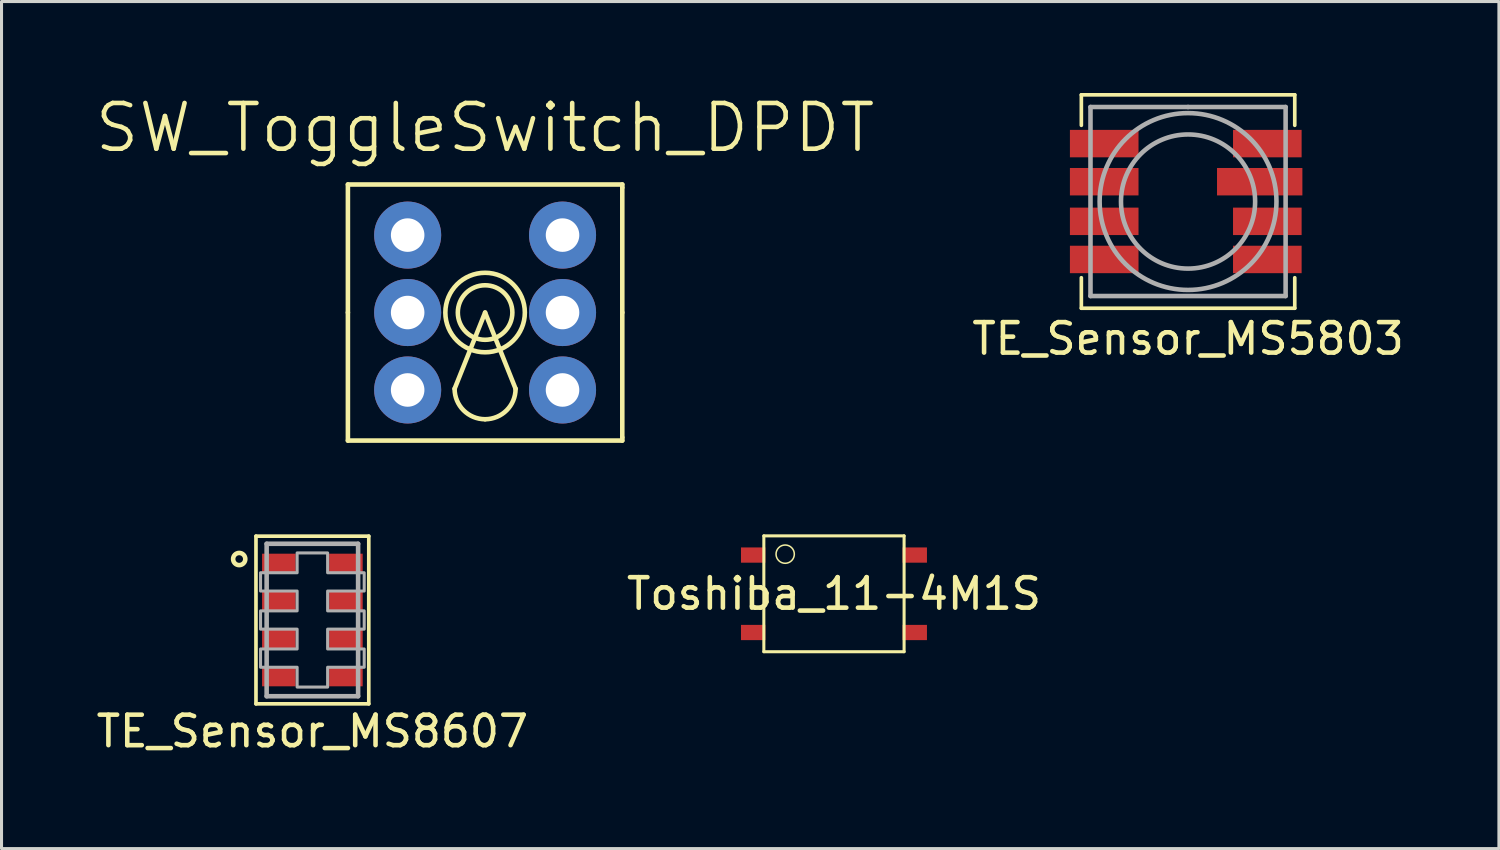
<source format=kicad_pcb>
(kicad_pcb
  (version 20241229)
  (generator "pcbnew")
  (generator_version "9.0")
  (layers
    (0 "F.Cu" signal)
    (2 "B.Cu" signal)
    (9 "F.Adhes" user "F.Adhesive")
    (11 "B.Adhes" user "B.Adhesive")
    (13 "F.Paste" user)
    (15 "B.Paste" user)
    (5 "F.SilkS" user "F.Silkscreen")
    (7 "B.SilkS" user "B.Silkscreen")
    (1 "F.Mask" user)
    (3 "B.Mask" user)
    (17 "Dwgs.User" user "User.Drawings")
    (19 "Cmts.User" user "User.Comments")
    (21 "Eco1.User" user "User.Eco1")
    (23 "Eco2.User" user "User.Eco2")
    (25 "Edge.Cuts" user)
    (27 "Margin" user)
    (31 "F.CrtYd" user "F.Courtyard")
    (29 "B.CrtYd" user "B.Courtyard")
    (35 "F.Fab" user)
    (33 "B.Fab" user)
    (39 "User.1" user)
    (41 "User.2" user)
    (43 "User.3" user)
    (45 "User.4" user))
  (footprint "TE_Sensor_MS5803"
    (layer "F.Cu")
    (at 35.918 3.56)
    (property "Reference" "TE_Sensor_MS5803" (at 0 4.5 0) (layer "F.SilkS") (effects (font (size 1 1) (thickness 0.15))))
    (attr smd)
    (fp_line (start -3.5 -3.5) (end 3.5 -3.5) (stroke (width 0.12) (type solid)) (layer "F.SilkS"))
    (fp_line (start -3.5 -2.5) (end -3.5 -3.5) (stroke (width 0.12) (type solid)) (layer "F.SilkS"))
    (fp_line (start -3.5 2.5) (end -3.5 3.5) (stroke (width 0.12) (type solid)) (layer "F.SilkS"))
    (fp_line (start -3.5 3.5) (end 3.5 3.5) (stroke (width 0.12) (type solid)) (layer "F.SilkS"))
    (fp_line (start 3.5 -3.5) (end 3.5 -2.5) (stroke (width 0.12) (type solid)) (layer "F.SilkS"))
    (fp_line (start 3.5 3.5) (end 3.5 2.5) (stroke (width 0.12) (type solid)) (layer "F.SilkS"))
    (fp_line (start -3.2 -3.1) (end -3.2 3.1) (stroke (width 0.15) (type solid)) (layer "F.Fab"))
    (fp_line (start -3.2 3.1) (end 3.2 3.1) (stroke (width 0.15) (type solid)) (layer "F.Fab"))
    (fp_line (start 0 -3.1) (end -3.2 -3.1) (stroke (width 0.15) (type solid)) (layer "F.Fab"))
    (fp_line (start 3.2 -3.1) (end 0 -3.1) (stroke (width 0.15) (type solid)) (layer "F.Fab"))
    (fp_line (start 3.2 3.1) (end 3.2 -3.1) (stroke (width 0.15) (type solid)) (layer "F.Fab"))
    (fp_circle (center 0 0) (end 2.2 0) (stroke (width 0.15) (type solid)) (fill no) (layer "F.Fab"))
    (fp_circle (center 0 0) (end 2.9 0) (stroke (width 0.15) (type solid)) (fill no) (layer "F.Fab"))
    (pad "1" smd rect (at 2.6 1.9) (size 2.25 0.9) (layers "F.Cu" "F.Mask" "F.Paste"))
    (pad "2" smd rect (at 2.6 0.65) (size 2.25 0.9) (layers "F.Cu" "F.Mask" "F.Paste"))
    (pad "3" smd rect (at 2.35 -0.65) (size 2.8 0.9) (layers "F.Cu" "F.Mask" "F.Paste"))
    (pad "4" smd rect (at 2.6 -1.9) (size 2.25 0.9) (layers "F.Cu" "F.Mask" "F.Paste"))
    (pad "5" smd rect (at -2.75 -1.9) (size 2.25 0.9) (layers "F.Cu" "F.Mask" "F.Paste"))
    (pad "6" smd rect (at -2.75 -0.65) (size 2.25 0.9) (layers "F.Cu" "F.Mask" "F.Paste"))
    (pad "7" smd rect (at -2.75 0.65) (size 2.25 0.9) (layers "F.Cu" "F.Mask" "F.Paste"))
    (pad "8" smd rect (at -2.75 1.9) (size 2.25 0.9) (layers "F.Cu" "F.Mask" "F.Paste")))
  (footprint "Toshiba_11-4M1S"
    (layer "F.Cu")
    (at 24.304 16.426)
    (property "Reference" "Toshiba_11-4M1S" (at 0 0 0) (layer "F.SilkS") (effects (font (size 1 1) (thickness 0.15))))
    (attr through_hole)
    (fp_line (start -2.3 -1.9) (end -2.3 1.9) (stroke (width 0.1) (type solid)) (layer "F.SilkS"))
    (fp_line (start -2.3 1.9) (end 2.3 1.9) (stroke (width 0.1) (type solid)) (layer "F.SilkS"))
    (fp_line (start 2.3 -1.9) (end -2.3 -1.9) (stroke (width 0.1) (type solid)) (layer "F.SilkS"))
    (fp_line (start 2.3 1.9) (end 2.3 -1.9) (stroke (width 0.1) (type solid)) (layer "F.SilkS"))
    (fp_circle (center -1.6 -1.3) (end -1.3 -1.3) (stroke (width 0.05) (type solid)) (fill no) (layer "F.SilkS"))
    (pad "1" smd rect (at -2.65 -1.27) (size 0.8 0.5) (layers "F.Cu" "F.Mask" "F.Paste"))
    (pad "3" smd rect (at -2.65 1.27) (size 0.8 0.5) (layers "F.Cu" "F.Mask" "F.Paste"))
    (pad "4" smd rect (at 2.65 1.27) (size 0.8 0.5) (layers "F.Cu" "F.Mask" "F.Paste"))
    (pad "6" smd rect (at 2.65 -1.27) (size 0.8 0.5) (layers "F.Cu" "F.Mask" "F.Paste")))
  (footprint "SW_ToggleSwitch_DPDT"
    (layer "F.Cu")
    (at 12.861 7.201)
    (property "Reference" "SW_ToggleSwitch_DPDT" (at 0 -6.06 0) (layer "F.SilkS") (effects (font (size 1.5 1.5) (thickness 0.15))))
    (attr through_hole)
    (fp_line (start -4.5 0) (end -4.5 -4.2) (stroke (width 0.15) (type solid)) (layer "F.SilkS"))
    (fp_line (start -4.5 0) (end -4.5 4.2) (stroke (width 0.15) (type solid)) (layer "F.SilkS"))
    (fp_line (start 0 0) (end -1 2.5) (stroke (width 0.15) (type solid)) (layer "F.SilkS"))
    (fp_line (start 0 0) (end 1 2.5) (stroke (width 0.15) (type solid)) (layer "F.SilkS"))
    (fp_line (start 4.5 -4.2) (end -4.5 -4.2) (stroke (width 0.15) (type solid)) (layer "F.SilkS"))
    (fp_line (start 4.5 -4.1) (end 4.5 -4.2) (stroke (width 0.15) (type solid)) (layer "F.SilkS"))
    (fp_line (start 4.5 0) (end 4.5 -4.1) (stroke (width 0.15) (type solid)) (layer "F.SilkS"))
    (fp_line (start 4.5 0) (end 4.5 4.1) (stroke (width 0.15) (type solid)) (layer "F.SilkS"))
    (fp_line (start 4.5 4.1) (end 4.5 4.2) (stroke (width 0.15) (type solid)) (layer "F.SilkS"))
    (fp_line (start 4.5 4.2) (end -4.5 4.2) (stroke (width 0.15) (type solid)) (layer "F.SilkS"))
    (fp_arc (start 0 3.5) (mid -0.707107 3.207107) (end -1 2.5) (stroke (width 0.15) (type solid)) (layer "F.SilkS"))
    (fp_arc (start 1 2.5) (mid 0.707107 3.207107) (end 0 3.5) (stroke (width 0.15) (type solid)) (layer "F.SilkS"))
    (fp_circle (center 0 0) (end 0.8 0.4) (stroke (width 0.15) (type solid)) (fill no) (layer "F.SilkS"))
    (fp_circle (center 0 0) (end 1.1 0.7) (stroke (width 0.15) (type solid)) (fill no) (layer "F.SilkS"))
    (pad "1" thru_hole circle (at -2.54 -2.54) (size 2.2 2.2) (drill 1.1) (layers "*.Cu" "*.Mask"))
    (pad "2" thru_hole circle (at -2.54 0) (size 2.2 2.2) (drill 1.1) (layers "*.Cu" "*.Mask"))
    (pad "3" thru_hole circle (at -2.54 2.54) (size 2.2 2.2) (drill 1.1) (layers "*.Cu" "*.Mask"))
    (pad "4" thru_hole circle (at 2.54 2.54) (size 2.2 2.2) (drill 1.1) (layers "*.Cu" "*.Mask"))
    (pad "5" thru_hole circle (at 2.54 0) (size 2.2 2.2) (drill 1.1) (layers "*.Cu" "*.Mask"))
    (pad "6" thru_hole circle (at 2.54 -2.54) (size 2.2 2.2) (drill 1.1) (layers "*.Cu" "*.Mask")))
  (footprint "TE_Sensor_MS8607"
    (layer "F.Cu")
    (at 7.196 17.286)
    (property "Reference" "TE_Sensor_MS8607" (at 0 3.65 0) (layer "F.SilkS") (effects (font (size 1 1) (thickness 0.15))))
    (attr smd)
    (fp_line (start -1.85 -2.75) (end -1.85 2.75) (stroke (width 0.12) (type solid)) (layer "F.SilkS"))
    (fp_line (start -1.85 2.75) (end 1.85 2.75) (stroke (width 0.12) (type solid)) (layer "F.SilkS"))
    (fp_line (start 1.85 -2.75) (end -1.85 -2.75) (stroke (width 0.12) (type solid)) (layer "F.SilkS"))
    (fp_line (start 1.85 2.75) (end 1.85 -2.75) (stroke (width 0.12) (type solid)) (layer "F.SilkS"))
    (fp_circle (center -2.4 -2) (end -2.2 -2) (stroke (width 0.15) (type solid)) (fill no) (layer "F.SilkS"))
    (fp_line (start -1.5 -2.5) (end -1.5 2.5) (stroke (width 0.15) (type solid)) (layer "F.Fab"))
    (fp_line (start -1.5 2.5) (end 1.5 2.5) (stroke (width 0.15) (type solid)) (layer "F.Fab"))
    (fp_line (start 1.5 -2.5) (end -1.5 -2.5) (stroke (width 0.15) (type solid)) (layer "F.Fab"))
    (fp_line (start 1.5 2.5) (end 1.5 -2.5) (stroke (width 0.15) (type solid)) (layer "F.Fab"))
    (fp_poly (pts (xy -0.5 -2.2) (xy -0.5 -1.55) (xy -1.7 -1.55) (xy -1.7 -0.95) (xy -0.5 -0.95) (xy -0.5 -0.3) (xy -1.7 -0.3) (xy -1.7 0.3) (xy -0.5 0.3) (xy -0.5 0.95) (xy -1.7 0.95) (xy -1.7 1.55) (xy -0.5 1.55) (xy -0.5 2.2) (xy 0.5 2.2) (xy 0.5 1.55) (xy 1.7 1.55) (xy 1.7 0.95) (xy 0.5 0.95) (xy 0.5 0.3) (xy 1.7 0.3) (xy 1.7 -0.3) (xy 0.5 -0.3) (xy 0.5 -0.95) (xy 1.7 -0.95) (xy 1.7 -1.55) (xy 0.5 -1.55) (xy 0.5 -2.2)) (stroke (width 0.1) (type solid)) (fill no) (layer "F.Fab"))
    (pad "1" smd rect (at -1.1 -1.875) (size 1.1 0.6) (layers "F.Cu" "F.Mask" "F.Paste"))
    (pad "2" smd rect (at -1.1 -0.625) (size 1.1 0.6) (layers "F.Cu" "F.Mask" "F.Paste"))
    (pad "3" smd rect (at -1.1 0.625) (size 1.1 0.6) (layers "F.Cu" "F.Mask" "F.Paste"))
    (pad "4" smd rect (at -1.1 1.875) (size 1.1 0.6) (layers "F.Cu" "F.Mask" "F.Paste"))
    (pad "5" smd rect (at 1.1 1.875) (size 1.1 0.6) (layers "F.Cu" "F.Mask" "F.Paste"))
    (pad "6" smd rect (at 1.1 0.625) (size 1.1 0.6) (layers "F.Cu" "F.Mask" "F.Paste"))
    (pad "7" smd rect (at 1.1 -0.625) (size 1.1 0.6) (layers "F.Cu" "F.Mask" "F.Paste"))
    (pad "8" smd rect (at 1.1 -1.875) (size 1.1 0.6) (layers "F.Cu" "F.Mask" "F.Paste")))
  (gr_rect
    (start -3 -3)
    (end 46.114 24.784)
    (stroke (width 0.1) (type default))
    (fill no)
    (layer "Edge.Cuts")))
</source>
